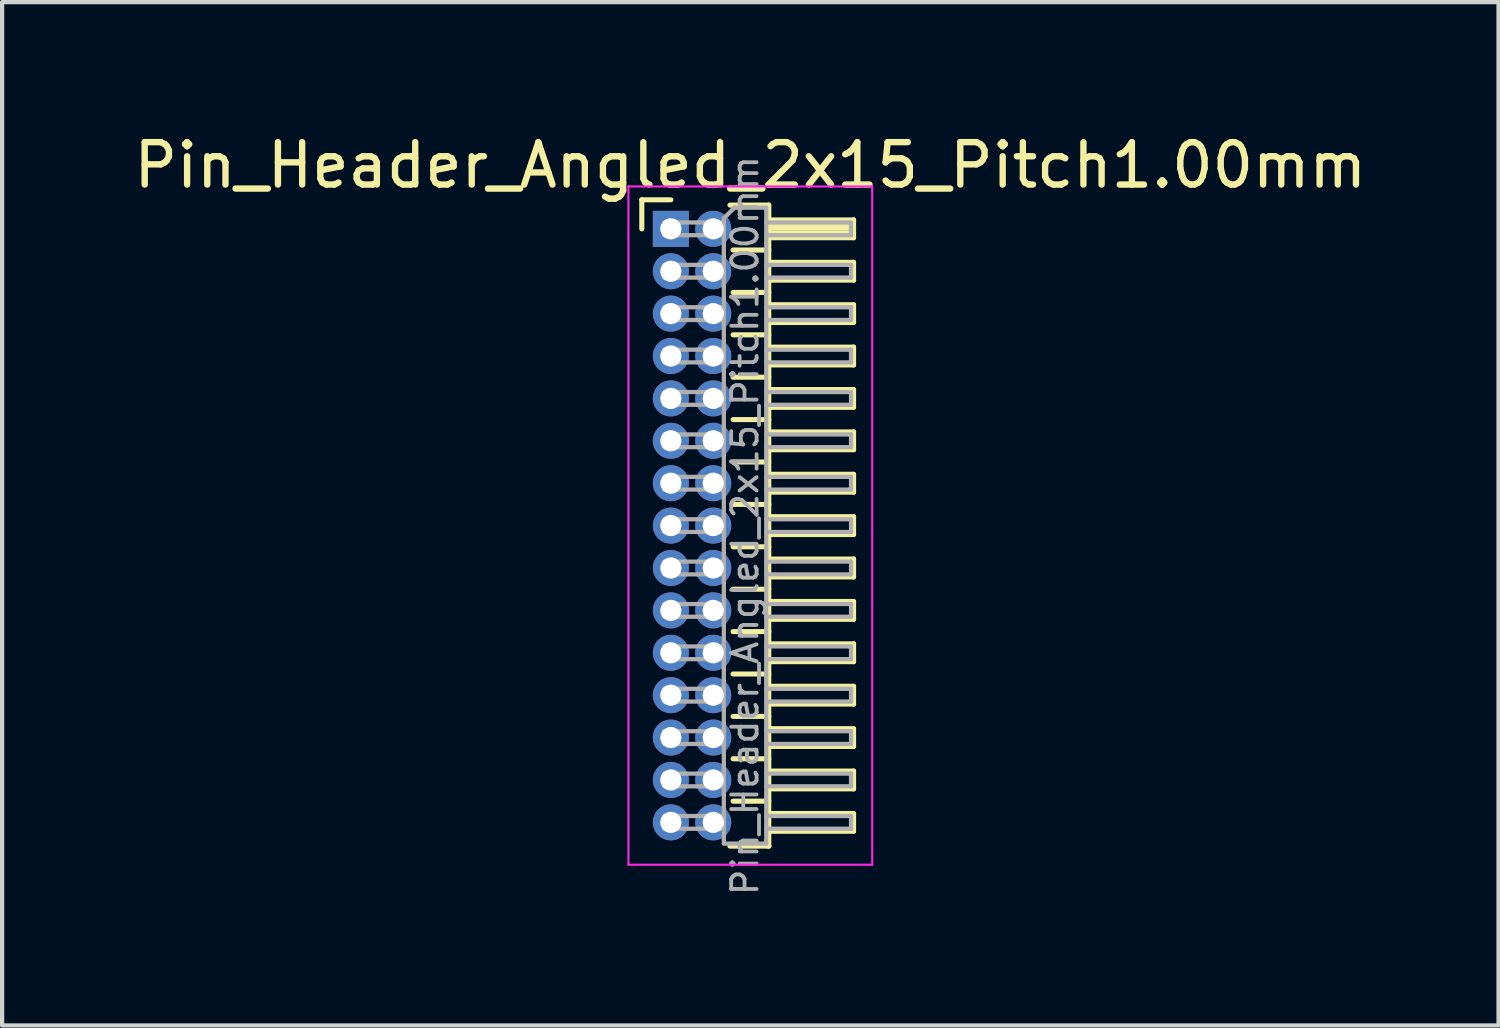
<source format=kicad_pcb>
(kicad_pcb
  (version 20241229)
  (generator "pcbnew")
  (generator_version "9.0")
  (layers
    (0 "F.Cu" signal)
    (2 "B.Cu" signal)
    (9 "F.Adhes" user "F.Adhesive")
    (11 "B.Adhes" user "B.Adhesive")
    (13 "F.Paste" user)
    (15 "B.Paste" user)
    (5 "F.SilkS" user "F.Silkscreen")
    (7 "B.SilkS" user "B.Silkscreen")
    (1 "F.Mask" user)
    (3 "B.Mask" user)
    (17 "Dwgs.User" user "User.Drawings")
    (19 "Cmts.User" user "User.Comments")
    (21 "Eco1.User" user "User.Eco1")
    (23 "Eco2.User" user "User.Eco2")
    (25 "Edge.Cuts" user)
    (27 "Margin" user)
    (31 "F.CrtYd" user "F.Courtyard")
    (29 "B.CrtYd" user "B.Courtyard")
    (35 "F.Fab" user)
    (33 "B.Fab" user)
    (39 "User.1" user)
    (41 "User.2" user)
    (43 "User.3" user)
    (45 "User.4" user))
  (footprint "Pin_Header_Angled_2x15_Pitch1.00mm"
    (layer "F.Cu")
    (at 12.774 2.348)
    (property "Reference" "Pin_Header_Angled_2x15_Pitch1.00mm" (at 1.875 -1.5 0) (layer "F.SilkS") (effects (font (size 1 1) (thickness 0.15))))
    (attr through_hole)
    (fp_line (start -0.685 -0.685) (end 0 -0.685) (stroke (width 0.12) (type solid)) (layer "F.SilkS"))
    (fp_line (start -0.685 0) (end -0.685 -0.685) (stroke (width 0.12) (type solid)) (layer "F.SilkS"))
    (fp_line (start 1.394 -0.56) (end 2.31 -0.56) (stroke (width 0.12) (type solid)) (layer "F.SilkS"))
    (fp_line (start 1.468 0.5) (end 2.31 0.5) (stroke (width 0.12) (type solid)) (layer "F.SilkS"))
    (fp_line (start 1.468 1.5) (end 2.31 1.5) (stroke (width 0.12) (type solid)) (layer "F.SilkS"))
    (fp_line (start 1.468 2.5) (end 2.31 2.5) (stroke (width 0.12) (type solid)) (layer "F.SilkS"))
    (fp_line (start 1.468 3.5) (end 2.31 3.5) (stroke (width 0.12) (type solid)) (layer "F.SilkS"))
    (fp_line (start 1.468 4.5) (end 2.31 4.5) (stroke (width 0.12) (type solid)) (layer "F.SilkS"))
    (fp_line (start 1.468 5.5) (end 2.31 5.5) (stroke (width 0.12) (type solid)) (layer "F.SilkS"))
    (fp_line (start 1.468 6.5) (end 2.31 6.5) (stroke (width 0.12) (type solid)) (layer "F.SilkS"))
    (fp_line (start 1.468 7.5) (end 2.31 7.5) (stroke (width 0.12) (type solid)) (layer "F.SilkS"))
    (fp_line (start 1.468 8.5) (end 2.31 8.5) (stroke (width 0.12) (type solid)) (layer "F.SilkS"))
    (fp_line (start 1.468 9.5) (end 2.31 9.5) (stroke (width 0.12) (type solid)) (layer "F.SilkS"))
    (fp_line (start 1.468 10.5) (end 2.31 10.5) (stroke (width 0.12) (type solid)) (layer "F.SilkS"))
    (fp_line (start 1.468 11.5) (end 2.31 11.5) (stroke (width 0.12) (type solid)) (layer "F.SilkS"))
    (fp_line (start 1.468 12.5) (end 2.31 12.5) (stroke (width 0.12) (type solid)) (layer "F.SilkS"))
    (fp_line (start 1.468 13.5) (end 2.31 13.5) (stroke (width 0.12) (type solid)) (layer "F.SilkS"))
    (fp_line (start 2.31 -0.56) (end 2.31 14.56) (stroke (width 0.12) (type solid)) (layer "F.SilkS"))
    (fp_line (start 2.31 -0.21) (end 4.31 -0.21) (stroke (width 0.12) (type solid)) (layer "F.SilkS"))
    (fp_line (start 2.31 -0.15) (end 4.31 -0.15) (stroke (width 0.12) (type solid)) (layer "F.SilkS"))
    (fp_line (start 2.31 -0.03) (end 4.31 -0.03) (stroke (width 0.12) (type solid)) (layer "F.SilkS"))
    (fp_line (start 2.31 0.09) (end 4.31 0.09) (stroke (width 0.12) (type solid)) (layer "F.SilkS"))
    (fp_line (start 2.31 0.79) (end 4.31 0.79) (stroke (width 0.12) (type solid)) (layer "F.SilkS"))
    (fp_line (start 2.31 1.79) (end 4.31 1.79) (stroke (width 0.12) (type solid)) (layer "F.SilkS"))
    (fp_line (start 2.31 2.79) (end 4.31 2.79) (stroke (width 0.12) (type solid)) (layer "F.SilkS"))
    (fp_line (start 2.31 3.79) (end 4.31 3.79) (stroke (width 0.12) (type solid)) (layer "F.SilkS"))
    (fp_line (start 2.31 4.79) (end 4.31 4.79) (stroke (width 0.12) (type solid)) (layer "F.SilkS"))
    (fp_line (start 2.31 5.79) (end 4.31 5.79) (stroke (width 0.12) (type solid)) (layer "F.SilkS"))
    (fp_line (start 2.31 6.79) (end 4.31 6.79) (stroke (width 0.12) (type solid)) (layer "F.SilkS"))
    (fp_line (start 2.31 7.79) (end 4.31 7.79) (stroke (width 0.12) (type solid)) (layer "F.SilkS"))
    (fp_line (start 2.31 8.79) (end 4.31 8.79) (stroke (width 0.12) (type solid)) (layer "F.SilkS"))
    (fp_line (start 2.31 9.79) (end 4.31 9.79) (stroke (width 0.12) (type solid)) (layer "F.SilkS"))
    (fp_line (start 2.31 10.79) (end 4.31 10.79) (stroke (width 0.12) (type solid)) (layer "F.SilkS"))
    (fp_line (start 2.31 11.79) (end 4.31 11.79) (stroke (width 0.12) (type solid)) (layer "F.SilkS"))
    (fp_line (start 2.31 12.79) (end 4.31 12.79) (stroke (width 0.12) (type solid)) (layer "F.SilkS"))
    (fp_line (start 2.31 13.79) (end 4.31 13.79) (stroke (width 0.12) (type solid)) (layer "F.SilkS"))
    (fp_line (start 2.31 14.56) (end 1.394 14.56) (stroke (width 0.12) (type solid)) (layer "F.SilkS"))
    (fp_line (start 4.31 -0.21) (end 4.31 0.21) (stroke (width 0.12) (type solid)) (layer "F.SilkS"))
    (fp_line (start 4.31 0.21) (end 2.31 0.21) (stroke (width 0.12) (type solid)) (layer "F.SilkS"))
    (fp_line (start 4.31 0.79) (end 4.31 1.21) (stroke (width 0.12) (type solid)) (layer "F.SilkS"))
    (fp_line (start 4.31 1.21) (end 2.31 1.21) (stroke (width 0.12) (type solid)) (layer "F.SilkS"))
    (fp_line (start 4.31 1.79) (end 4.31 2.21) (stroke (width 0.12) (type solid)) (layer "F.SilkS"))
    (fp_line (start 4.31 2.21) (end 2.31 2.21) (stroke (width 0.12) (type solid)) (layer "F.SilkS"))
    (fp_line (start 4.31 2.79) (end 4.31 3.21) (stroke (width 0.12) (type solid)) (layer "F.SilkS"))
    (fp_line (start 4.31 3.21) (end 2.31 3.21) (stroke (width 0.12) (type solid)) (layer "F.SilkS"))
    (fp_line (start 4.31 3.79) (end 4.31 4.21) (stroke (width 0.12) (type solid)) (layer "F.SilkS"))
    (fp_line (start 4.31 4.21) (end 2.31 4.21) (stroke (width 0.12) (type solid)) (layer "F.SilkS"))
    (fp_line (start 4.31 4.79) (end 4.31 5.21) (stroke (width 0.12) (type solid)) (layer "F.SilkS"))
    (fp_line (start 4.31 5.21) (end 2.31 5.21) (stroke (width 0.12) (type solid)) (layer "F.SilkS"))
    (fp_line (start 4.31 5.79) (end 4.31 6.21) (stroke (width 0.12) (type solid)) (layer "F.SilkS"))
    (fp_line (start 4.31 6.21) (end 2.31 6.21) (stroke (width 0.12) (type solid)) (layer "F.SilkS"))
    (fp_line (start 4.31 6.79) (end 4.31 7.21) (stroke (width 0.12) (type solid)) (layer "F.SilkS"))
    (fp_line (start 4.31 7.21) (end 2.31 7.21) (stroke (width 0.12) (type solid)) (layer "F.SilkS"))
    (fp_line (start 4.31 7.79) (end 4.31 8.21) (stroke (width 0.12) (type solid)) (layer "F.SilkS"))
    (fp_line (start 4.31 8.21) (end 2.31 8.21) (stroke (width 0.12) (type solid)) (layer "F.SilkS"))
    (fp_line (start 4.31 8.79) (end 4.31 9.21) (stroke (width 0.12) (type solid)) (layer "F.SilkS"))
    (fp_line (start 4.31 9.21) (end 2.31 9.21) (stroke (width 0.12) (type solid)) (layer "F.SilkS"))
    (fp_line (start 4.31 9.79) (end 4.31 10.21) (stroke (width 0.12) (type solid)) (layer "F.SilkS"))
    (fp_line (start 4.31 10.21) (end 2.31 10.21) (stroke (width 0.12) (type solid)) (layer "F.SilkS"))
    (fp_line (start 4.31 10.79) (end 4.31 11.21) (stroke (width 0.12) (type solid)) (layer "F.SilkS"))
    (fp_line (start 4.31 11.21) (end 2.31 11.21) (stroke (width 0.12) (type solid)) (layer "F.SilkS"))
    (fp_line (start 4.31 11.79) (end 4.31 12.21) (stroke (width 0.12) (type solid)) (layer "F.SilkS"))
    (fp_line (start 4.31 12.21) (end 2.31 12.21) (stroke (width 0.12) (type solid)) (layer "F.SilkS"))
    (fp_line (start 4.31 12.79) (end 4.31 13.21) (stroke (width 0.12) (type solid)) (layer "F.SilkS"))
    (fp_line (start 4.31 13.21) (end 2.31 13.21) (stroke (width 0.12) (type solid)) (layer "F.SilkS"))
    (fp_line (start 4.31 13.79) (end 4.31 14.21) (stroke (width 0.12) (type solid)) (layer "F.SilkS"))
    (fp_line (start 4.31 14.21) (end 2.31 14.21) (stroke (width 0.12) (type solid)) (layer "F.SilkS"))
    (fp_line (start -1 -1) (end -1 15) (stroke (width 0.05) (type solid)) (layer "F.CrtYd"))
    (fp_line (start -1 15) (end 4.75 15) (stroke (width 0.05) (type solid)) (layer "F.CrtYd"))
    (fp_line (start 4.75 -1) (end -1 -1) (stroke (width 0.05) (type solid)) (layer "F.CrtYd"))
    (fp_line (start 4.75 15) (end 4.75 -1) (stroke (width 0.05) (type solid)) (layer "F.CrtYd"))
    (fp_line (start -0.15 -0.15) (end -0.15 0.15) (stroke (width 0.1) (type solid)) (layer "F.Fab"))
    (fp_line (start -0.15 -0.15) (end 1.25 -0.15) (stroke (width 0.1) (type solid)) (layer "F.Fab"))
    (fp_line (start -0.15 0.15) (end 1.25 0.15) (stroke (width 0.1) (type solid)) (layer "F.Fab"))
    (fp_line (start -0.15 0.85) (end -0.15 1.15) (stroke (width 0.1) (type solid)) (layer "F.Fab"))
    (fp_line (start -0.15 0.85) (end 1.25 0.85) (stroke (width 0.1) (type solid)) (layer "F.Fab"))
    (fp_line (start -0.15 1.15) (end 1.25 1.15) (stroke (width 0.1) (type solid)) (layer "F.Fab"))
    (fp_line (start -0.15 1.85) (end -0.15 2.15) (stroke (width 0.1) (type solid)) (layer "F.Fab"))
    (fp_line (start -0.15 1.85) (end 1.25 1.85) (stroke (width 0.1) (type solid)) (layer "F.Fab"))
    (fp_line (start -0.15 2.15) (end 1.25 2.15) (stroke (width 0.1) (type solid)) (layer "F.Fab"))
    (fp_line (start -0.15 2.85) (end -0.15 3.15) (stroke (width 0.1) (type solid)) (layer "F.Fab"))
    (fp_line (start -0.15 2.85) (end 1.25 2.85) (stroke (width 0.1) (type solid)) (layer "F.Fab"))
    (fp_line (start -0.15 3.15) (end 1.25 3.15) (stroke (width 0.1) (type solid)) (layer "F.Fab"))
    (fp_line (start -0.15 3.85) (end -0.15 4.15) (stroke (width 0.1) (type solid)) (layer "F.Fab"))
    (fp_line (start -0.15 3.85) (end 1.25 3.85) (stroke (width 0.1) (type solid)) (layer "F.Fab"))
    (fp_line (start -0.15 4.15) (end 1.25 4.15) (stroke (width 0.1) (type solid)) (layer "F.Fab"))
    (fp_line (start -0.15 4.85) (end -0.15 5.15) (stroke (width 0.1) (type solid)) (layer "F.Fab"))
    (fp_line (start -0.15 4.85) (end 1.25 4.85) (stroke (width 0.1) (type solid)) (layer "F.Fab"))
    (fp_line (start -0.15 5.15) (end 1.25 5.15) (stroke (width 0.1) (type solid)) (layer "F.Fab"))
    (fp_line (start -0.15 5.85) (end -0.15 6.15) (stroke (width 0.1) (type solid)) (layer "F.Fab"))
    (fp_line (start -0.15 5.85) (end 1.25 5.85) (stroke (width 0.1) (type solid)) (layer "F.Fab"))
    (fp_line (start -0.15 6.15) (end 1.25 6.15) (stroke (width 0.1) (type solid)) (layer "F.Fab"))
    (fp_line (start -0.15 6.85) (end -0.15 7.15) (stroke (width 0.1) (type solid)) (layer "F.Fab"))
    (fp_line (start -0.15 6.85) (end 1.25 6.85) (stroke (width 0.1) (type solid)) (layer "F.Fab"))
    (fp_line (start -0.15 7.15) (end 1.25 7.15) (stroke (width 0.1) (type solid)) (layer "F.Fab"))
    (fp_line (start -0.15 7.85) (end -0.15 8.15) (stroke (width 0.1) (type solid)) (layer "F.Fab"))
    (fp_line (start -0.15 7.85) (end 1.25 7.85) (stroke (width 0.1) (type solid)) (layer "F.Fab"))
    (fp_line (start -0.15 8.15) (end 1.25 8.15) (stroke (width 0.1) (type solid)) (layer "F.Fab"))
    (fp_line (start -0.15 8.85) (end -0.15 9.15) (stroke (width 0.1) (type solid)) (layer "F.Fab"))
    (fp_line (start -0.15 8.85) (end 1.25 8.85) (stroke (width 0.1) (type solid)) (layer "F.Fab"))
    (fp_line (start -0.15 9.15) (end 1.25 9.15) (stroke (width 0.1) (type solid)) (layer "F.Fab"))
    (fp_line (start -0.15 9.85) (end -0.15 10.15) (stroke (width 0.1) (type solid)) (layer "F.Fab"))
    (fp_line (start -0.15 9.85) (end 1.25 9.85) (stroke (width 0.1) (type solid)) (layer "F.Fab"))
    (fp_line (start -0.15 10.15) (end 1.25 10.15) (stroke (width 0.1) (type solid)) (layer "F.Fab"))
    (fp_line (start -0.15 10.85) (end -0.15 11.15) (stroke (width 0.1) (type solid)) (layer "F.Fab"))
    (fp_line (start -0.15 10.85) (end 1.25 10.85) (stroke (width 0.1) (type solid)) (layer "F.Fab"))
    (fp_line (start -0.15 11.15) (end 1.25 11.15) (stroke (width 0.1) (type solid)) (layer "F.Fab"))
    (fp_line (start -0.15 11.85) (end -0.15 12.15) (stroke (width 0.1) (type solid)) (layer "F.Fab"))
    (fp_line (start -0.15 11.85) (end 1.25 11.85) (stroke (width 0.1) (type solid)) (layer "F.Fab"))
    (fp_line (start -0.15 12.15) (end 1.25 12.15) (stroke (width 0.1) (type solid)) (layer "F.Fab"))
    (fp_line (start -0.15 12.85) (end -0.15 13.15) (stroke (width 0.1) (type solid)) (layer "F.Fab"))
    (fp_line (start -0.15 12.85) (end 1.25 12.85) (stroke (width 0.1) (type solid)) (layer "F.Fab"))
    (fp_line (start -0.15 13.15) (end 1.25 13.15) (stroke (width 0.1) (type solid)) (layer "F.Fab"))
    (fp_line (start -0.15 13.85) (end -0.15 14.15) (stroke (width 0.1) (type solid)) (layer "F.Fab"))
    (fp_line (start -0.15 13.85) (end 1.25 13.85) (stroke (width 0.1) (type solid)) (layer "F.Fab"))
    (fp_line (start -0.15 14.15) (end 1.25 14.15) (stroke (width 0.1) (type solid)) (layer "F.Fab"))
    (fp_line (start 1.25 -0.25) (end 1.5 -0.5) (stroke (width 0.1) (type solid)) (layer "F.Fab"))
    (fp_line (start 1.25 14.5) (end 1.25 -0.25) (stroke (width 0.1) (type solid)) (layer "F.Fab"))
    (fp_line (start 1.5 -0.5) (end 2.25 -0.5) (stroke (width 0.1) (type solid)) (layer "F.Fab"))
    (fp_line (start 2.25 -0.5) (end 2.25 14.5) (stroke (width 0.1) (type solid)) (layer "F.Fab"))
    (fp_line (start 2.25 -0.15) (end 4.25 -0.15) (stroke (width 0.1) (type solid)) (layer "F.Fab"))
    (fp_line (start 2.25 0.15) (end 4.25 0.15) (stroke (width 0.1) (type solid)) (layer "F.Fab"))
    (fp_line (start 2.25 0.85) (end 4.25 0.85) (stroke (width 0.1) (type solid)) (layer "F.Fab"))
    (fp_line (start 2.25 1.15) (end 4.25 1.15) (stroke (width 0.1) (type solid)) (layer "F.Fab"))
    (fp_line (start 2.25 1.85) (end 4.25 1.85) (stroke (width 0.1) (type solid)) (layer "F.Fab"))
    (fp_line (start 2.25 2.15) (end 4.25 2.15) (stroke (width 0.1) (type solid)) (layer "F.Fab"))
    (fp_line (start 2.25 2.85) (end 4.25 2.85) (stroke (width 0.1) (type solid)) (layer "F.Fab"))
    (fp_line (start 2.25 3.15) (end 4.25 3.15) (stroke (width 0.1) (type solid)) (layer "F.Fab"))
    (fp_line (start 2.25 3.85) (end 4.25 3.85) (stroke (width 0.1) (type solid)) (layer "F.Fab"))
    (fp_line (start 2.25 4.15) (end 4.25 4.15) (stroke (width 0.1) (type solid)) (layer "F.Fab"))
    (fp_line (start 2.25 4.85) (end 4.25 4.85) (stroke (width 0.1) (type solid)) (layer "F.Fab"))
    (fp_line (start 2.25 5.15) (end 4.25 5.15) (stroke (width 0.1) (type solid)) (layer "F.Fab"))
    (fp_line (start 2.25 5.85) (end 4.25 5.85) (stroke (width 0.1) (type solid)) (layer "F.Fab"))
    (fp_line (start 2.25 6.15) (end 4.25 6.15) (stroke (width 0.1) (type solid)) (layer "F.Fab"))
    (fp_line (start 2.25 6.85) (end 4.25 6.85) (stroke (width 0.1) (type solid)) (layer "F.Fab"))
    (fp_line (start 2.25 7.15) (end 4.25 7.15) (stroke (width 0.1) (type solid)) (layer "F.Fab"))
    (fp_line (start 2.25 7.85) (end 4.25 7.85) (stroke (width 0.1) (type solid)) (layer "F.Fab"))
    (fp_line (start 2.25 8.15) (end 4.25 8.15) (stroke (width 0.1) (type solid)) (layer "F.Fab"))
    (fp_line (start 2.25 8.85) (end 4.25 8.85) (stroke (width 0.1) (type solid)) (layer "F.Fab"))
    (fp_line (start 2.25 9.15) (end 4.25 9.15) (stroke (width 0.1) (type solid)) (layer "F.Fab"))
    (fp_line (start 2.25 9.85) (end 4.25 9.85) (stroke (width 0.1) (type solid)) (layer "F.Fab"))
    (fp_line (start 2.25 10.15) (end 4.25 10.15) (stroke (width 0.1) (type solid)) (layer "F.Fab"))
    (fp_line (start 2.25 10.85) (end 4.25 10.85) (stroke (width 0.1) (type solid)) (layer "F.Fab"))
    (fp_line (start 2.25 11.15) (end 4.25 11.15) (stroke (width 0.1) (type solid)) (layer "F.Fab"))
    (fp_line (start 2.25 11.85) (end 4.25 11.85) (stroke (width 0.1) (type solid)) (layer "F.Fab"))
    (fp_line (start 2.25 12.15) (end 4.25 12.15) (stroke (width 0.1) (type solid)) (layer "F.Fab"))
    (fp_line (start 2.25 12.85) (end 4.25 12.85) (stroke (width 0.1) (type solid)) (layer "F.Fab"))
    (fp_line (start 2.25 13.15) (end 4.25 13.15) (stroke (width 0.1) (type solid)) (layer "F.Fab"))
    (fp_line (start 2.25 13.85) (end 4.25 13.85) (stroke (width 0.1) (type solid)) (layer "F.Fab"))
    (fp_line (start 2.25 14.15) (end 4.25 14.15) (stroke (width 0.1) (type solid)) (layer "F.Fab"))
    (fp_line (start 2.25 14.5) (end 1.25 14.5) (stroke (width 0.1) (type solid)) (layer "F.Fab"))
    (fp_line (start 4.25 -0.15) (end 4.25 0.15) (stroke (width 0.1) (type solid)) (layer "F.Fab"))
    (fp_line (start 4.25 0.85) (end 4.25 1.15) (stroke (width 0.1) (type solid)) (layer "F.Fab"))
    (fp_line (start 4.25 1.85) (end 4.25 2.15) (stroke (width 0.1) (type solid)) (layer "F.Fab"))
    (fp_line (start 4.25 2.85) (end 4.25 3.15) (stroke (width 0.1) (type solid)) (layer "F.Fab"))
    (fp_line (start 4.25 3.85) (end 4.25 4.15) (stroke (width 0.1) (type solid)) (layer "F.Fab"))
    (fp_line (start 4.25 4.85) (end 4.25 5.15) (stroke (width 0.1) (type solid)) (layer "F.Fab"))
    (fp_line (start 4.25 5.85) (end 4.25 6.15) (stroke (width 0.1) (type solid)) (layer "F.Fab"))
    (fp_line (start 4.25 6.85) (end 4.25 7.15) (stroke (width 0.1) (type solid)) (layer "F.Fab"))
    (fp_line (start 4.25 7.85) (end 4.25 8.15) (stroke (width 0.1) (type solid)) (layer "F.Fab"))
    (fp_line (start 4.25 8.85) (end 4.25 9.15) (stroke (width 0.1) (type solid)) (layer "F.Fab"))
    (fp_line (start 4.25 9.85) (end 4.25 10.15) (stroke (width 0.1) (type solid)) (layer "F.Fab"))
    (fp_line (start 4.25 10.85) (end 4.25 11.15) (stroke (width 0.1) (type solid)) (layer "F.Fab"))
    (fp_line (start 4.25 11.85) (end 4.25 12.15) (stroke (width 0.1) (type solid)) (layer "F.Fab"))
    (fp_line (start 4.25 12.85) (end 4.25 13.15) (stroke (width 0.1) (type solid)) (layer "F.Fab"))
    (fp_line (start 4.25 13.85) (end 4.25 14.15) (stroke (width 0.1) (type solid)) (layer "F.Fab"))
    (fp_text user "${REFERENCE}" (at 1.75 7 90) (layer "F.Fab") (effects (font (size 0.6 0.6) (thickness 0.09))))
    (pad "1" thru_hole rect (at 0 0) (size 0.85 0.85) (drill 0.5) (layers "*.Cu" "*.Mask"))
    (pad "2" thru_hole oval (at 1 0) (size 0.85 0.85) (drill 0.5) (layers "*.Cu" "*.Mask"))
    (pad "3" thru_hole oval (at 0 1) (size 0.85 0.85) (drill 0.5) (layers "*.Cu" "*.Mask"))
    (pad "4" thru_hole oval (at 1 1) (size 0.85 0.85) (drill 0.5) (layers "*.Cu" "*.Mask"))
    (pad "5" thru_hole oval (at 0 2) (size 0.85 0.85) (drill 0.5) (layers "*.Cu" "*.Mask"))
    (pad "6" thru_hole oval (at 1 2) (size 0.85 0.85) (drill 0.5) (layers "*.Cu" "*.Mask"))
    (pad "7" thru_hole oval (at 0 3) (size 0.85 0.85) (drill 0.5) (layers "*.Cu" "*.Mask"))
    (pad "8" thru_hole oval (at 1 3) (size 0.85 0.85) (drill 0.5) (layers "*.Cu" "*.Mask"))
    (pad "9" thru_hole oval (at 0 4) (size 0.85 0.85) (drill 0.5) (layers "*.Cu" "*.Mask"))
    (pad "10" thru_hole oval (at 1 4) (size 0.85 0.85) (drill 0.5) (layers "*.Cu" "*.Mask"))
    (pad "11" thru_hole oval (at 0 5) (size 0.85 0.85) (drill 0.5) (layers "*.Cu" "*.Mask"))
    (pad "12" thru_hole oval (at 1 5) (size 0.85 0.85) (drill 0.5) (layers "*.Cu" "*.Mask"))
    (pad "13" thru_hole oval (at 0 6) (size 0.85 0.85) (drill 0.5) (layers "*.Cu" "*.Mask"))
    (pad "14" thru_hole oval (at 1 6) (size 0.85 0.85) (drill 0.5) (layers "*.Cu" "*.Mask"))
    (pad "15" thru_hole oval (at 0 7) (size 0.85 0.85) (drill 0.5) (layers "*.Cu" "*.Mask"))
    (pad "16" thru_hole oval (at 1 7) (size 0.85 0.85) (drill 0.5) (layers "*.Cu" "*.Mask"))
    (pad "17" thru_hole oval (at 0 8) (size 0.85 0.85) (drill 0.5) (layers "*.Cu" "*.Mask"))
    (pad "18" thru_hole oval (at 1 8) (size 0.85 0.85) (drill 0.5) (layers "*.Cu" "*.Mask"))
    (pad "19" thru_hole oval (at 0 9) (size 0.85 0.85) (drill 0.5) (layers "*.Cu" "*.Mask"))
    (pad "20" thru_hole oval (at 1 9) (size 0.85 0.85) (drill 0.5) (layers "*.Cu" "*.Mask"))
    (pad "21" thru_hole oval (at 0 10) (size 0.85 0.85) (drill 0.5) (layers "*.Cu" "*.Mask"))
    (pad "22" thru_hole oval (at 1 10) (size 0.85 0.85) (drill 0.5) (layers "*.Cu" "*.Mask"))
    (pad "23" thru_hole oval (at 0 11) (size 0.85 0.85) (drill 0.5) (layers "*.Cu" "*.Mask"))
    (pad "24" thru_hole oval (at 1 11) (size 0.85 0.85) (drill 0.5) (layers "*.Cu" "*.Mask"))
    (pad "25" thru_hole oval (at 0 12) (size 0.85 0.85) (drill 0.5) (layers "*.Cu" "*.Mask"))
    (pad "26" thru_hole oval (at 1 12) (size 0.85 0.85) (drill 0.5) (layers "*.Cu" "*.Mask"))
    (pad "27" thru_hole oval (at 0 13) (size 0.85 0.85) (drill 0.5) (layers "*.Cu" "*.Mask"))
    (pad "28" thru_hole oval (at 1 13) (size 0.85 0.85) (drill 0.5) (layers "*.Cu" "*.Mask"))
    (pad "29" thru_hole oval (at 0 14) (size 0.85 0.85) (drill 0.5) (layers "*.Cu" "*.Mask"))
    (pad "30" thru_hole oval (at 1 14) (size 0.85 0.85) (drill 0.5) (layers "*.Cu" "*.Mask")))
  (gr_rect
    (start -3 -3)
    (end 32.298 21.138)
    (stroke (width 0.1) (type default))
    (fill no)
    (layer "Edge.Cuts")))
</source>
